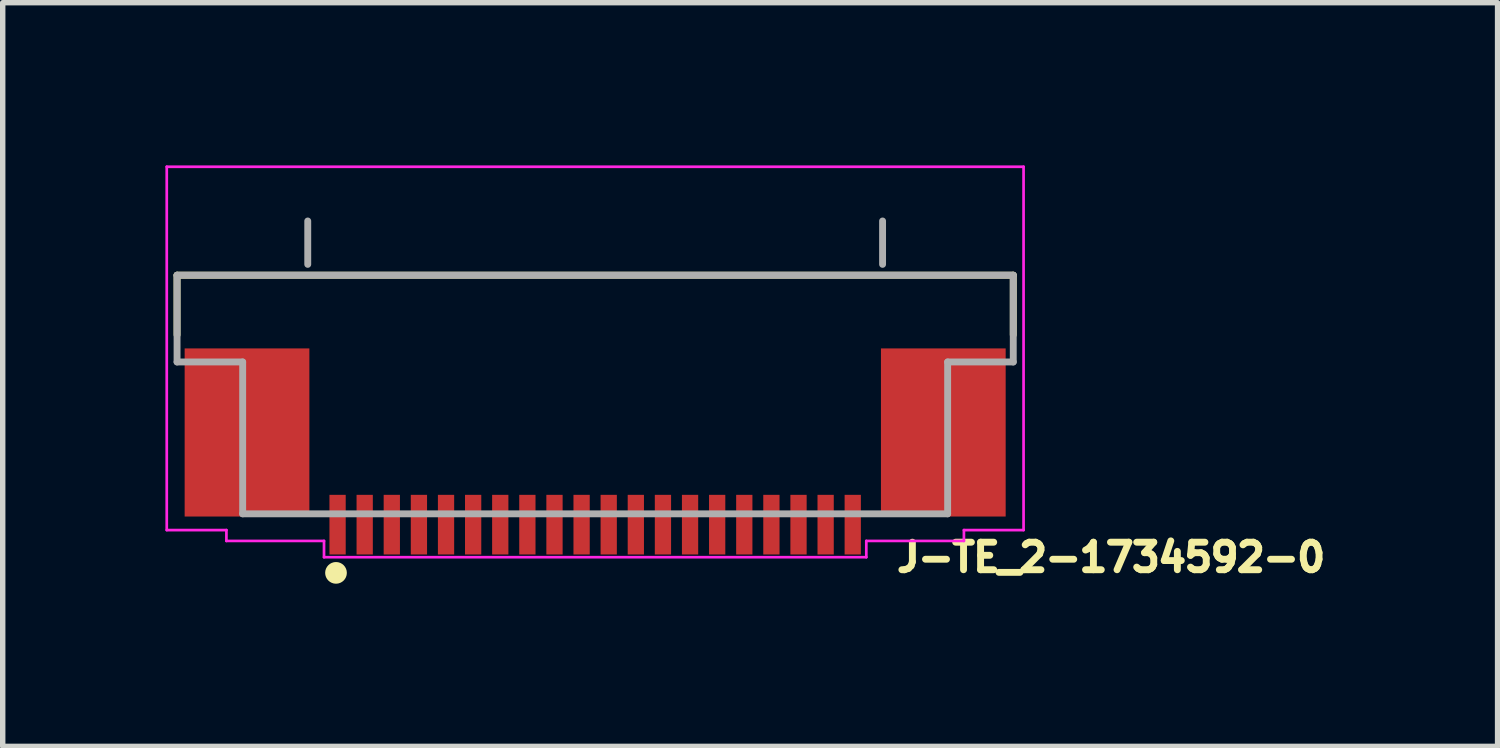
<source format=kicad_pcb>
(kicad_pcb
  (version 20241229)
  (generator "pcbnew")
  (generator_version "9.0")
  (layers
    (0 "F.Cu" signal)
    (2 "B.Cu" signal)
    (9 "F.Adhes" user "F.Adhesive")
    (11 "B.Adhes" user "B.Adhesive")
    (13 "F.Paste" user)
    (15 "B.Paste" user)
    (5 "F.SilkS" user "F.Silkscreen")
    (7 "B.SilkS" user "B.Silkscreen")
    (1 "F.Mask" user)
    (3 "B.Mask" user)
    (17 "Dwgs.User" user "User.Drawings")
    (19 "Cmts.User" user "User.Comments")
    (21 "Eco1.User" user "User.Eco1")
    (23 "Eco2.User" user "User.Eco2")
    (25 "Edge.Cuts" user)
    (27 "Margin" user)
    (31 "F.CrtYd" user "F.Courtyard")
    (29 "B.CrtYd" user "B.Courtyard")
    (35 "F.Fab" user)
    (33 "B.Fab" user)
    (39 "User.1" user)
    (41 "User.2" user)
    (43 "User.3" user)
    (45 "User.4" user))
  (footprint "J-TE_2-1734592-0"
    (layer "F.Cu")
    (at 7.925 4.925)
    (property "Reference" "J-TE_2-1734592-0" (at 5.5 2.6 0) (layer "F.SilkS") (effects (font (size 0.508 0.508) (thickness 0.127)) (justify left bottom)))
    (fp_line (start -7.71 -2.9) (end -7.71 -1.8) (stroke (width 0.127) (type solid)) (layer "F.SilkS"))
    (fp_line (start 7.71 -2.9) (end -7.71 -2.9) (stroke (width 0.127) (type solid)) (layer "F.SilkS"))
    (fp_line (start 7.71 -1.8) (end 7.71 -2.9) (stroke (width 0.127) (type solid)) (layer "F.SilkS"))
    (fp_circle (center -4.779 2.589) (end -4.679 2.589) (stroke (width 0.2) (type solid)) (fill no) (layer "F.SilkS"))
    (fp_poly (pts (xy -7.2 1.1) (xy -5.6 1.1) (xy -5.6 -1.1) (xy -7.2 -1.1)) (stroke (width 0) (type solid)) (fill yes) (layer "F.Paste"))
    (fp_poly (pts (xy 5.7 1.1) (xy 7.3 1.1) (xy 7.3 -1.1) (xy 5.7 -1.1)) (stroke (width 0) (type solid)) (fill yes) (layer "F.Paste"))
    (fp_line (start -7.9 -4.9) (end -7.9 1.8) (stroke (width 0.05) (type solid)) (layer "F.CrtYd"))
    (fp_line (start -6.8 1.8) (end -7.9 1.8) (stroke (width 0.05) (type solid)) (layer "F.CrtYd"))
    (fp_line (start -6.8 2) (end -6.8 1.8) (stroke (width 0.05) (type solid)) (layer "F.CrtYd"))
    (fp_line (start -5 2) (end -6.8 2) (stroke (width 0.05) (type solid)) (layer "F.CrtYd"))
    (fp_line (start -5 2.3) (end -5 2) (stroke (width 0.05) (type solid)) (layer "F.CrtYd"))
    (fp_line (start -5 2.3) (end 5 2.3) (stroke (width 0.05) (type solid)) (layer "F.CrtYd"))
    (fp_line (start 5 2) (end 5 2.3) (stroke (width 0.05) (type solid)) (layer "F.CrtYd"))
    (fp_line (start 6.8 1.8) (end 6.8 2) (stroke (width 0.05) (type solid)) (layer "F.CrtYd"))
    (fp_line (start 6.8 2) (end 5 2) (stroke (width 0.05) (type solid)) (layer "F.CrtYd"))
    (fp_line (start 7.9 -4.9) (end -7.9 -4.9) (stroke (width 0.05) (type solid)) (layer "F.CrtYd"))
    (fp_line (start 7.9 1.8) (end 6.8 1.8) (stroke (width 0.05) (type solid)) (layer "F.CrtYd"))
    (fp_line (start 7.9 1.8) (end 7.9 -4.9) (stroke (width 0.05) (type solid)) (layer "F.CrtYd"))
    (fp_line (start -7.71 -1.3) (end -7.71 -2.9) (stroke (width 0.127) (type solid)) (layer "F.Fab"))
    (fp_line (start -6.5 -1.3) (end -7.71 -1.3) (stroke (width 0.127) (type solid)) (layer "F.Fab"))
    (fp_line (start -6.5 1.5) (end -6.5 -1.3) (stroke (width 0.127) (type solid)) (layer "F.Fab"))
    (fp_line (start -5.3 -3.1) (end -5.3 -3.9) (stroke (width 0.127) (type solid)) (layer "F.Fab"))
    (fp_line (start 5.3 -3.1) (end 5.3 -3.9) (stroke (width 0.127) (type solid)) (layer "F.Fab"))
    (fp_line (start 6.5 -1.3) (end 7.71 -1.3) (stroke (width 0.127) (type solid)) (layer "F.Fab"))
    (fp_line (start 6.5 1.5) (end -6.5 1.5) (stroke (width 0.127) (type solid)) (layer "F.Fab"))
    (fp_line (start 6.5 1.5) (end 6.5 -1.3) (stroke (width 0.127) (type solid)) (layer "F.Fab"))
    (fp_line (start 7.71 -2.9) (end -7.71 -2.9) (stroke (width 0.127) (type solid)) (layer "F.Fab"))
    (fp_line (start 7.71 -1.3) (end 7.71 -2.9) (stroke (width 0.127) (type solid)) (layer "F.Fab"))
    (pad "1" smd rect (at -4.75 1.7 90) (size 1.1 0.3) (layers "F.Cu" "F.Mask" "F.Paste"))
    (pad "2" smd rect (at -4.25 1.7 90) (size 1.1 0.3) (layers "F.Cu" "F.Mask" "F.Paste"))
    (pad "3" smd rect (at -3.75 1.7 90) (size 1.1 0.3) (layers "F.Cu" "F.Mask" "F.Paste"))
    (pad "4" smd rect (at -3.25 1.7 90) (size 1.1 0.3) (layers "F.Cu" "F.Mask" "F.Paste"))
    (pad "5" smd rect (at -2.75 1.7 90) (size 1.1 0.3) (layers "F.Cu" "F.Mask" "F.Paste"))
    (pad "6" smd rect (at -2.25 1.7 90) (size 1.1 0.3) (layers "F.Cu" "F.Mask" "F.Paste"))
    (pad "7" smd rect (at -1.75 1.7 90) (size 1.1 0.3) (layers "F.Cu" "F.Mask" "F.Paste"))
    (pad "8" smd rect (at -1.25 1.7 90) (size 1.1 0.3) (layers "F.Cu" "F.Mask" "F.Paste"))
    (pad "9" smd rect (at -0.75 1.7 90) (size 1.1 0.3) (layers "F.Cu" "F.Mask" "F.Paste"))
    (pad "10" smd rect (at -0.25 1.7 90) (size 1.1 0.3) (layers "F.Cu" "F.Mask" "F.Paste"))
    (pad "11" smd rect (at 0.25 1.7 90) (size 1.1 0.3) (layers "F.Cu" "F.Mask" "F.Paste"))
    (pad "12" smd rect (at 0.75 1.7 90) (size 1.1 0.3) (layers "F.Cu" "F.Mask" "F.Paste"))
    (pad "13" smd rect (at 1.25 1.7 90) (size 1.1 0.3) (layers "F.Cu" "F.Mask" "F.Paste"))
    (pad "14" smd rect (at 1.75 1.7 90) (size 1.1 0.3) (layers "F.Cu" "F.Mask" "F.Paste"))
    (pad "15" smd rect (at 2.25 1.7 90) (size 1.1 0.3) (layers "F.Cu" "F.Mask" "F.Paste"))
    (pad "16" smd rect (at 2.75 1.7 90) (size 1.1 0.3) (layers "F.Cu" "F.Mask" "F.Paste"))
    (pad "17" smd rect (at 3.25 1.7 90) (size 1.1 0.3) (layers "F.Cu" "F.Mask" "F.Paste"))
    (pad "18" smd rect (at 3.75 1.7 90) (size 1.1 0.3) (layers "F.Cu" "F.Mask" "F.Paste"))
    (pad "19" smd rect (at 4.25 1.7 90) (size 1.1 0.3) (layers "F.Cu" "F.Mask" "F.Paste"))
    (pad "20" smd rect (at 4.75 1.7 90) (size 1.1 0.3) (layers "F.Cu" "F.Mask" "F.Paste"))
    (pad "PAD1" smd rect (at 6.42 0 180) (size 2.3 3.1) (layers "F.Cu" "F.Mask"))
    (pad "PAD2" smd rect (at -6.42 0 180) (size 2.3 3.1) (layers "F.Cu" "F.Mask")))
  (gr_rect
    (start -3 -3)
    (end 24.566 10.714)
    (stroke (width 0.1) (type default))
    (fill no)
    (layer "Edge.Cuts")))
</source>
